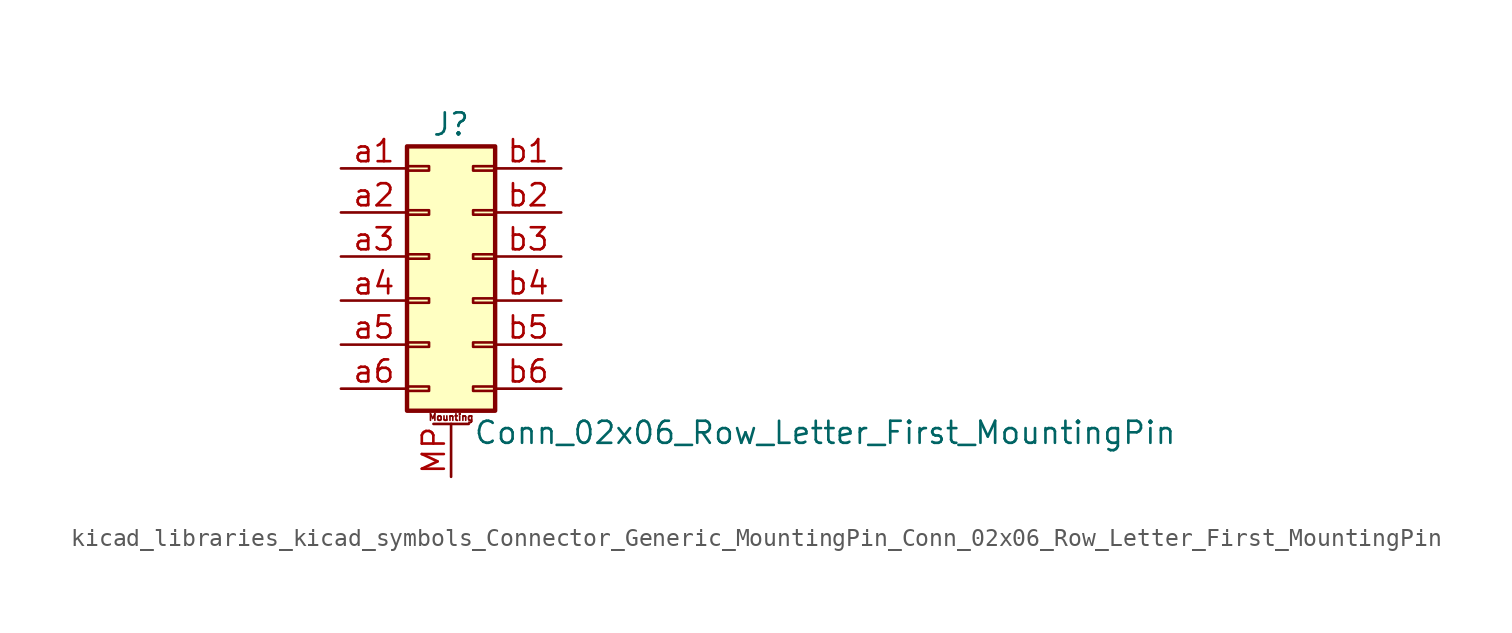
<source format=kicad_sym>
(kicad_symbol_lib
  (version 20220914)
  (generator kicad_symbol_editor)
  (symbol "kicad_libraries_kicad_symbols_Connector_Generic_MountingPin_Conn_02x06_Row_Letter_First_MountingPin"
    (pin_names
      (offset 1.016) hide)
    (property "Reference" "J"
      (at 1.27 7.62 0)
      (effects (font (size 1.27 1.27))))
    (property "Value" "Conn_02x06_Row_Letter_First_MountingPin"
      (at 2.54 -10.16 0)
      (effects (font (size 1.27 1.27)) (justify left)))
    (symbol "kicad_libraries_kicad_symbols_Connector_Generic_MountingPin_Conn_02x06_Row_Letter_First_MountingPin_1_1"
      (rectangle (start -1.27 -7.493) (end 0 -7.747) (stroke (width 0.152) (type default)) (fill (type none)))
      (rectangle (start -1.27 -4.953) (end 0 -5.207) (stroke (width 0.152) (type default)) (fill (type none)))
      (rectangle (start -1.27 -2.413) (end 0 -2.667) (stroke (width 0.152) (type default)) (fill (type none)))
      (rectangle (start -1.27 0.127) (end 0 -0.127) (stroke (width 0.152) (type default)) (fill (type none)))
      (rectangle (start -1.27 2.667) (end 0 2.413) (stroke (width 0.152) (type default)) (fill (type none)))
      (rectangle (start -1.27 5.207) (end 0 4.953) (stroke (width 0.152) (type default)) (fill (type none)))
      (rectangle (start -1.27 6.35) (end 3.81 -8.89) (stroke (width 0.254) (type default)) (fill (type background)))
      (polyline (pts (xy 0.254 -9.652) (xy 2.286 -9.652)) (stroke (width 0.152) (type default)) (fill (type none)))
      (rectangle (start 3.81 -7.493) (end 2.54 -7.747) (stroke (width 0.152) (type default)) (fill (type none)))
      (rectangle (start 3.81 -4.953) (end 2.54 -5.207) (stroke (width 0.152) (type default)) (fill (type none)))
      (rectangle (start 3.81 -2.413) (end 2.54 -2.667) (stroke (width 0.152) (type default)) (fill (type none)))
      (rectangle (start 3.81 0.127) (end 2.54 -0.127) (stroke (width 0.152) (type default)) (fill (type none)))
      (rectangle (start 3.81 2.667) (end 2.54 2.413) (stroke (width 0.152) (type default)) (fill (type none)))
      (rectangle (start 3.81 5.207) (end 2.54 4.953) (stroke (width 0.152) (type default)) (fill (type none)))
      (text "Mounting" (at 1.27 -9.271 0) (effects (font (size 0.381 0.381))))
      (pin passive line (at 1.27 -12.7 90) (length 3.048) (name "MountPin" (effects (font (size 1.27 1.27)))) (number "MP" (effects (font (size 1.27 1.27)))))
      (pin passive line (at -5.08 5.08 0) (length 3.81) (name "Pin_a1" (effects (font (size 1.27 1.27)))) (number "a1" (effects (font (size 1.27 1.27)))))
      (pin passive line (at -5.08 2.54 0) (length 3.81) (name "Pin_a2" (effects (font (size 1.27 1.27)))) (number "a2" (effects (font (size 1.27 1.27)))))
      (pin passive line (at -5.08 0 0) (length 3.81) (name "Pin_a3" (effects (font (size 1.27 1.27)))) (number "a3" (effects (font (size 1.27 1.27)))))
      (pin passive line (at -5.08 -2.54 0) (length 3.81) (name "Pin_a4" (effects (font (size 1.27 1.27)))) (number "a4" (effects (font (size 1.27 1.27)))))
      (pin passive line (at -5.08 -5.08 0) (length 3.81) (name "Pin_a5" (effects (font (size 1.27 1.27)))) (number "a5" (effects (font (size 1.27 1.27)))))
      (pin passive line (at -5.08 -7.62 0) (length 3.81) (name "Pin_a6" (effects (font (size 1.27 1.27)))) (number "a6" (effects (font (size 1.27 1.27)))))
      (pin passive line (at 7.62 5.08 180) (length 3.81) (name "Pin_b1" (effects (font (size 1.27 1.27)))) (number "b1" (effects (font (size 1.27 1.27)))))
      (pin passive line (at 7.62 2.54 180) (length 3.81) (name "Pin_b2" (effects (font (size 1.27 1.27)))) (number "b2" (effects (font (size 1.27 1.27)))))
      (pin passive line (at 7.62 0 180) (length 3.81) (name "Pin_b3" (effects (font (size 1.27 1.27)))) (number "b3" (effects (font (size 1.27 1.27)))))
      (pin passive line (at 7.62 -2.54 180) (length 3.81) (name "Pin_b4" (effects (font (size 1.27 1.27)))) (number "b4" (effects (font (size 1.27 1.27)))))
      (pin passive line (at 7.62 -5.08 180) (length 3.81) (name "Pin_b5" (effects (font (size 1.27 1.27)))) (number "b5" (effects (font (size 1.27 1.27)))))
      (pin passive line (at 7.62 -7.62 180) (length 3.81) (name "Pin_b6" (effects (font (size 1.27 1.27)))) (number "b6" (effects (font (size 1.27 1.27))))))))
</source>
